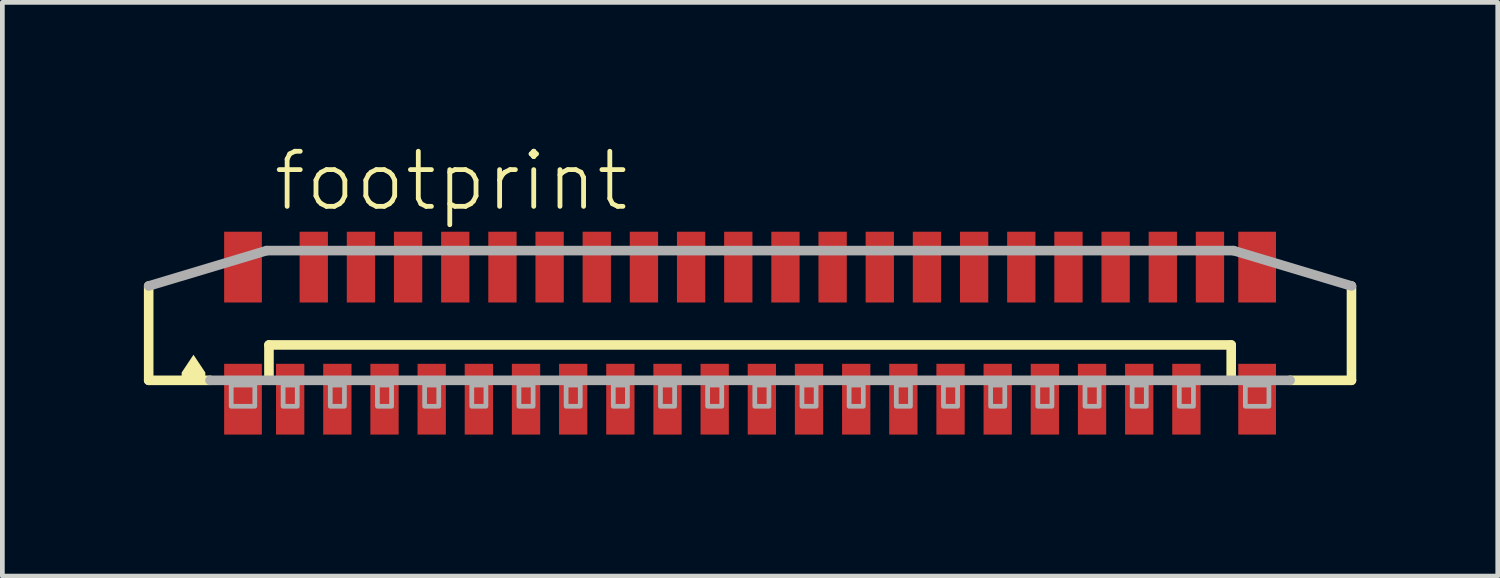
<source format=kicad_pcb>
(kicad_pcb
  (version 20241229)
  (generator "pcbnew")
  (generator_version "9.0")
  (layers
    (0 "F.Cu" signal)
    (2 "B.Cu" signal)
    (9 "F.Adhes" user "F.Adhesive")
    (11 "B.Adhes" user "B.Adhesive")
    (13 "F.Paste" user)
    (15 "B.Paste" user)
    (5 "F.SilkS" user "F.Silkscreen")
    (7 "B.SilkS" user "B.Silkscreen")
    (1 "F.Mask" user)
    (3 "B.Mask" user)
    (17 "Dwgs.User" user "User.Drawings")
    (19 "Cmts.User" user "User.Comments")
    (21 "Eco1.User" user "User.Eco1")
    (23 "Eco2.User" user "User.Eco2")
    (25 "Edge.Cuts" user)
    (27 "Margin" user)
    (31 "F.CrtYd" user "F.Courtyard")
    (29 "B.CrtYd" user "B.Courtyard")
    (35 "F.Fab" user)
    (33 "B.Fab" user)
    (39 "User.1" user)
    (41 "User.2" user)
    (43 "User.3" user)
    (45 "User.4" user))
  (footprint "footprint"
    (layer "F.Cu")
    (at 12.852 4.013)
    (property "Reference" "footprint" (at -10.16 -2.54 0) (layer "F.SilkS") (effects (font (size 1.168 1.168) (thickness 0.102)) (justify left bottom)))
    (fp_line (start -12.75 1) (end -12.75 -1) (stroke (width 0.203) (type solid)) (layer "F.SilkS"))
    (fp_line (start -11.45 1) (end -12.75 1) (stroke (width 0.203) (type solid)) (layer "F.SilkS"))
    (fp_line (start -10.2 0.25) (end 10.2 0.25) (stroke (width 0.203) (type solid)) (layer "F.SilkS"))
    (fp_line (start -10.2 1) (end -10.2 0.25) (stroke (width 0.203) (type solid)) (layer "F.SilkS"))
    (fp_line (start 10.2 0.25) (end 10.2 1) (stroke (width 0.203) (type solid)) (layer "F.SilkS"))
    (fp_line (start 12.75 -1) (end 12.75 1) (stroke (width 0.203) (type solid)) (layer "F.SilkS"))
    (fp_line (start 12.75 1) (end 11.45 1) (stroke (width 0.203) (type solid)) (layer "F.SilkS"))
    (fp_poly (pts (xy -11.549 0.835) (xy -11.549 1.001) (xy -12.051 1.001) (xy -12.051 0.835) (xy -11.8 0.458)) (stroke (width 0) (type solid)) (fill yes) (layer "F.SilkS"))
    (fp_line (start -12.75 -1) (end -10.25 -1.75) (stroke (width 0.203) (type solid)) (layer "F.Fab"))
    (fp_line (start -10.25 -1.75) (end 10.25 -1.75) (stroke (width 0.203) (type solid)) (layer "F.Fab"))
    (fp_line (start 10.25 -1.75) (end 12.75 -1) (stroke (width 0.203) (type solid)) (layer "F.Fab"))
    (fp_line (start 11.45 1) (end -11.45 1) (stroke (width 0.203) (type solid)) (layer "F.Fab"))
    (fp_poly (pts (xy -11 1.55) (xy -10.5 1.55) (xy -10.5 1.1) (xy -11 1.1)) (stroke (width 0.1) (type solid)) (fill no) (layer "F.Fab"))
    (fp_poly (pts (xy -9.9 1.55) (xy -9.6 1.55) (xy -9.6 1.1) (xy -9.9 1.1)) (stroke (width 0.1) (type solid)) (fill no) (layer "F.Fab"))
    (fp_poly (pts (xy -8.9 1.55) (xy -8.6 1.55) (xy -8.6 1.1) (xy -8.9 1.1)) (stroke (width 0.1) (type solid)) (fill no) (layer "F.Fab"))
    (fp_poly (pts (xy -7.9 1.55) (xy -7.6 1.55) (xy -7.6 1.1) (xy -7.9 1.1)) (stroke (width 0.1) (type solid)) (fill no) (layer "F.Fab"))
    (fp_poly (pts (xy -6.9 1.55) (xy -6.6 1.55) (xy -6.6 1.1) (xy -6.9 1.1)) (stroke (width 0.1) (type solid)) (fill no) (layer "F.Fab"))
    (fp_poly (pts (xy -5.9 1.55) (xy -5.6 1.55) (xy -5.6 1.1) (xy -5.9 1.1)) (stroke (width 0.1) (type solid)) (fill no) (layer "F.Fab"))
    (fp_poly (pts (xy -4.9 1.55) (xy -4.6 1.55) (xy -4.6 1.1) (xy -4.9 1.1)) (stroke (width 0.1) (type solid)) (fill no) (layer "F.Fab"))
    (fp_poly (pts (xy -3.9 1.55) (xy -3.6 1.55) (xy -3.6 1.1) (xy -3.9 1.1)) (stroke (width 0.1) (type solid)) (fill no) (layer "F.Fab"))
    (fp_poly (pts (xy -2.9 1.55) (xy -2.6 1.55) (xy -2.6 1.1) (xy -2.9 1.1)) (stroke (width 0.1) (type solid)) (fill no) (layer "F.Fab"))
    (fp_poly (pts (xy -1.9 1.55) (xy -1.6 1.55) (xy -1.6 1.1) (xy -1.9 1.1)) (stroke (width 0.1) (type solid)) (fill no) (layer "F.Fab"))
    (fp_poly (pts (xy -0.9 1.55) (xy -0.6 1.55) (xy -0.6 1.1) (xy -0.9 1.1)) (stroke (width 0.1) (type solid)) (fill no) (layer "F.Fab"))
    (fp_poly (pts (xy 0.1 1.55) (xy 0.4 1.55) (xy 0.4 1.1) (xy 0.1 1.1)) (stroke (width 0.1) (type solid)) (fill no) (layer "F.Fab"))
    (fp_poly (pts (xy 1.1 1.55) (xy 1.4 1.55) (xy 1.4 1.1) (xy 1.1 1.1)) (stroke (width 0.1) (type solid)) (fill no) (layer "F.Fab"))
    (fp_poly (pts (xy 2.1 1.55) (xy 2.4 1.55) (xy 2.4 1.1) (xy 2.1 1.1)) (stroke (width 0.1) (type solid)) (fill no) (layer "F.Fab"))
    (fp_poly (pts (xy 3.1 1.55) (xy 3.4 1.55) (xy 3.4 1.1) (xy 3.1 1.1)) (stroke (width 0.1) (type solid)) (fill no) (layer "F.Fab"))
    (fp_poly (pts (xy 4.1 1.55) (xy 4.4 1.55) (xy 4.4 1.1) (xy 4.1 1.1)) (stroke (width 0.1) (type solid)) (fill no) (layer "F.Fab"))
    (fp_poly (pts (xy 5.1 1.55) (xy 5.4 1.55) (xy 5.4 1.1) (xy 5.1 1.1)) (stroke (width 0.1) (type solid)) (fill no) (layer "F.Fab"))
    (fp_poly (pts (xy 6.1 1.55) (xy 6.4 1.55) (xy 6.4 1.1) (xy 6.1 1.1)) (stroke (width 0.1) (type solid)) (fill no) (layer "F.Fab"))
    (fp_poly (pts (xy 7.1 1.55) (xy 7.4 1.55) (xy 7.4 1.1) (xy 7.1 1.1)) (stroke (width 0.1) (type solid)) (fill no) (layer "F.Fab"))
    (fp_poly (pts (xy 8.1 1.55) (xy 8.4 1.55) (xy 8.4 1.1) (xy 8.1 1.1)) (stroke (width 0.1) (type solid)) (fill no) (layer "F.Fab"))
    (fp_poly (pts (xy 9.1 1.55) (xy 9.4 1.55) (xy 9.4 1.1) (xy 9.1 1.1)) (stroke (width 0.1) (type solid)) (fill no) (layer "F.Fab"))
    (fp_poly (pts (xy 10.5 1.55) (xy 11 1.55) (xy 11 1.1) (xy 10.5 1.1)) (stroke (width 0.1) (type solid)) (fill no) (layer "F.Fab"))
    (pad "1" smd rect (at -9.75 1.4) (size 0.6 1.5) (layers "F.Cu" "F.Mask" "F.Paste"))
    (pad "2" smd rect (at -9.25 -1.4 180) (size 0.6 1.5) (layers "F.Cu" "F.Mask" "F.Paste"))
    (pad "3" smd rect (at -8.75 1.4) (size 0.6 1.5) (layers "F.Cu" "F.Mask" "F.Paste"))
    (pad "4" smd rect (at -8.25 -1.4 180) (size 0.6 1.5) (layers "F.Cu" "F.Mask" "F.Paste"))
    (pad "5" smd rect (at -7.75 1.4) (size 0.6 1.5) (layers "F.Cu" "F.Mask" "F.Paste"))
    (pad "6" smd rect (at -7.25 -1.4 180) (size 0.6 1.5) (layers "F.Cu" "F.Mask" "F.Paste"))
    (pad "7" smd rect (at -6.75 1.4) (size 0.6 1.5) (layers "F.Cu" "F.Mask" "F.Paste"))
    (pad "8" smd rect (at -6.25 -1.4 180) (size 0.6 1.5) (layers "F.Cu" "F.Mask" "F.Paste"))
    (pad "9" smd rect (at -5.75 1.4) (size 0.6 1.5) (layers "F.Cu" "F.Mask" "F.Paste"))
    (pad "10" smd rect (at -5.25 -1.4 180) (size 0.6 1.5) (layers "F.Cu" "F.Mask" "F.Paste"))
    (pad "11" smd rect (at -4.75 1.4) (size 0.6 1.5) (layers "F.Cu" "F.Mask" "F.Paste"))
    (pad "12" smd rect (at -4.25 -1.4 180) (size 0.6 1.5) (layers "F.Cu" "F.Mask" "F.Paste"))
    (pad "13" smd rect (at -3.75 1.4) (size 0.6 1.5) (layers "F.Cu" "F.Mask" "F.Paste"))
    (pad "14" smd rect (at -3.25 -1.4 180) (size 0.6 1.5) (layers "F.Cu" "F.Mask" "F.Paste"))
    (pad "15" smd rect (at -2.75 1.4) (size 0.6 1.5) (layers "F.Cu" "F.Mask" "F.Paste"))
    (pad "16" smd rect (at -2.25 -1.4 180) (size 0.6 1.5) (layers "F.Cu" "F.Mask" "F.Paste"))
    (pad "17" smd rect (at -1.75 1.4) (size 0.6 1.5) (layers "F.Cu" "F.Mask" "F.Paste"))
    (pad "18" smd rect (at -1.25 -1.4 180) (size 0.6 1.5) (layers "F.Cu" "F.Mask" "F.Paste"))
    (pad "19" smd rect (at -0.75 1.4) (size 0.6 1.5) (layers "F.Cu" "F.Mask" "F.Paste"))
    (pad "20" smd rect (at -0.25 -1.4 180) (size 0.6 1.5) (layers "F.Cu" "F.Mask" "F.Paste"))
    (pad "21" smd rect (at 0.25 1.4) (size 0.6 1.5) (layers "F.Cu" "F.Mask" "F.Paste"))
    (pad "22" smd rect (at 0.75 -1.4 180) (size 0.6 1.5) (layers "F.Cu" "F.Mask" "F.Paste"))
    (pad "23" smd rect (at 1.25 1.4) (size 0.6 1.5) (layers "F.Cu" "F.Mask" "F.Paste"))
    (pad "24" smd rect (at 1.75 -1.4 180) (size 0.6 1.5) (layers "F.Cu" "F.Mask" "F.Paste"))
    (pad "25" smd rect (at 2.25 1.4) (size 0.6 1.5) (layers "F.Cu" "F.Mask" "F.Paste"))
    (pad "26" smd rect (at 2.75 -1.4 180) (size 0.6 1.5) (layers "F.Cu" "F.Mask" "F.Paste"))
    (pad "27" smd rect (at 3.25 1.4) (size 0.6 1.5) (layers "F.Cu" "F.Mask" "F.Paste"))
    (pad "28" smd rect (at 3.75 -1.4 180) (size 0.6 1.5) (layers "F.Cu" "F.Mask" "F.Paste"))
    (pad "29" smd rect (at 4.25 1.4) (size 0.6 1.5) (layers "F.Cu" "F.Mask" "F.Paste"))
    (pad "30" smd rect (at 4.75 -1.4 180) (size 0.6 1.5) (layers "F.Cu" "F.Mask" "F.Paste"))
    (pad "31" smd rect (at 5.25 1.4) (size 0.6 1.5) (layers "F.Cu" "F.Mask" "F.Paste"))
    (pad "32" smd rect (at 5.75 -1.4 180) (size 0.6 1.5) (layers "F.Cu" "F.Mask" "F.Paste"))
    (pad "33" smd rect (at 6.25 1.4) (size 0.6 1.5) (layers "F.Cu" "F.Mask" "F.Paste"))
    (pad "34" smd rect (at 6.75 -1.4 180) (size 0.6 1.5) (layers "F.Cu" "F.Mask" "F.Paste"))
    (pad "35" smd rect (at 7.25 1.4) (size 0.6 1.5) (layers "F.Cu" "F.Mask" "F.Paste"))
    (pad "36" smd rect (at 7.75 -1.4 180) (size 0.6 1.5) (layers "F.Cu" "F.Mask" "F.Paste"))
    (pad "37" smd rect (at 8.25 1.4) (size 0.6 1.5) (layers "F.Cu" "F.Mask" "F.Paste"))
    (pad "38" smd rect (at 8.75 -1.4 180) (size 0.6 1.5) (layers "F.Cu" "F.Mask" "F.Paste"))
    (pad "39" smd rect (at 9.25 1.4) (size 0.6 1.5) (layers "F.Cu" "F.Mask" "F.Paste"))
    (pad "40" smd rect (at 9.75 -1.4 180) (size 0.6 1.5) (layers "F.Cu" "F.Mask" "F.Paste"))
    (pad "M1" smd rect (at -10.75 1.4) (size 0.8 1.5) (layers "F.Cu" "F.Mask" "F.Paste"))
    (pad "M2" smd rect (at 10.75 1.4) (size 0.8 1.5) (layers "F.Cu" "F.Mask" "F.Paste"))
    (pad "M3" smd rect (at 10.75 -1.4 180) (size 0.8 1.5) (layers "F.Cu" "F.Mask" "F.Paste"))
    (pad "M4" smd rect (at -10.75 -1.4 180) (size 0.8 1.5) (layers "F.Cu" "F.Mask" "F.Paste")))
  (gr_rect
    (start -3 -3)
    (end 28.703 9.163)
    (stroke (width 0.1) (type default))
    (fill no)
    (layer "Edge.Cuts")))
</source>
